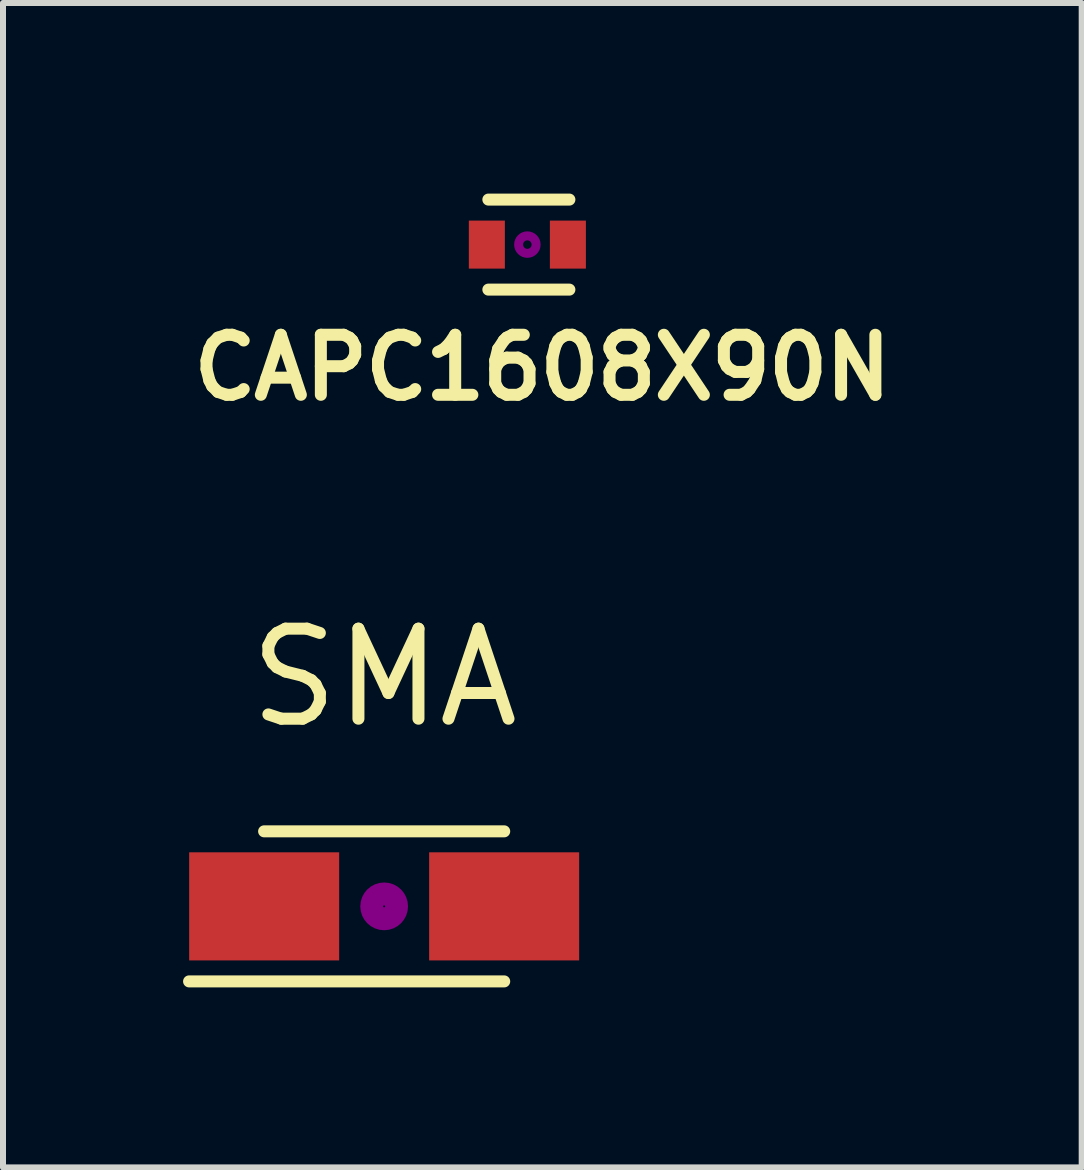
<source format=kicad_pcb>
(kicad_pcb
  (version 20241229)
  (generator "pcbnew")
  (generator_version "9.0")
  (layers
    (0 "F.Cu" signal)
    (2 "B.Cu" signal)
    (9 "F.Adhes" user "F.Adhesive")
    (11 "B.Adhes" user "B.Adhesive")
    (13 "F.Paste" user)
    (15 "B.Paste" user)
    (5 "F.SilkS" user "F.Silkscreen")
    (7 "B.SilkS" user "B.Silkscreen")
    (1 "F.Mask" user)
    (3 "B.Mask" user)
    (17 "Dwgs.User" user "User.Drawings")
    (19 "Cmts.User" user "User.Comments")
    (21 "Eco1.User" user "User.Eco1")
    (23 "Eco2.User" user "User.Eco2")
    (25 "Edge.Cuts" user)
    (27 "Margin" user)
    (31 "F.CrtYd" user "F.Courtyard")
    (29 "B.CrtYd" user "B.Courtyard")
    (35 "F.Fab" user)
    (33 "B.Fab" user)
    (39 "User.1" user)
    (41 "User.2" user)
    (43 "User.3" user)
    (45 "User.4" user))
  (footprint "CAPC1608X90N"
    (layer "F.Cu")
    (at 5.736 1.025)
    (property "Reference" "CAPC1608X90N" (at 0.25 2.05 0) (layer "F.SilkS") (effects (font (size 1 1) (thickness 0.2))))
    (attr through_hole)
    (fp_line (start -0.65 -0.75) (end 0.7 -0.75) (stroke (width 0.2) (type solid)) (layer "F.SilkS"))
    (fp_line (start -0.65 0.75) (end 0.7 0.75) (stroke (width 0.2) (type solid)) (layer "F.SilkS"))
    (fp_circle (center 0 0) (end 0.05 -0.05) (stroke (width 0.15) (type solid)) (fill no) (layer "F.Adhes"))
    (fp_line (start -1.25 -1) (end 1.25 -1) (stroke (width 0.05) (type solid)) (layer "Margin"))
    (fp_line (start -1.25 1.1) (end -1.25 -1) (stroke (width 0.05) (type solid)) (layer "Margin"))
    (fp_line (start 1.25 -1) (end 1.25 1.1) (stroke (width 0.05) (type solid)) (layer "Margin"))
    (fp_line (start 1.25 1.1) (end -1.25 1.1) (stroke (width 0.05) (type solid)) (layer "Margin"))
    (pad "1" smd rect (at -0.675 0) (size 0.6 0.8) (layers "F.Cu" "F.Mask" "F.Paste"))
    (pad "2" smd rect (at 0.675 0) (size 0.6 0.8) (layers "F.Cu" "F.Mask" "F.Paste")))
  (footprint "SMA"
    (layer "F.Cu")
    (at 3.35 12.05)
    (property "Reference" "SMA" (at 0 -3.81 0) (layer "F.SilkS") (effects (font (size 1.5 1.5) (thickness 0.2))))
    (attr smd)
    (fp_line (start 2 -1.25) (end -2 -1.25) (stroke (width 0.2) (type solid)) (layer "F.SilkS"))
    (fp_line (start 2 1.25) (end -3.25 1.25) (stroke (width 0.2) (type solid)) (layer "F.SilkS"))
    (fp_circle (center 0 0) (end 0.201 -0.051) (stroke (width 0.381) (type solid)) (fill no) (layer "F.Adhes"))
    (pad "1" smd rect (at -1.999 0) (size 2.499 1.801) (layers "F.Cu" "F.Mask" "F.Paste"))
    (pad "2" smd rect (at 1.999 0) (size 2.499 1.801) (layers "F.Cu" "F.Mask" "F.Paste")))
  (gr_rect
    (start -3 -3)
    (end 14.971 16.399)
    (stroke (width 0.1) (type default))
    (fill no)
    (layer "Edge.Cuts")))
</source>
